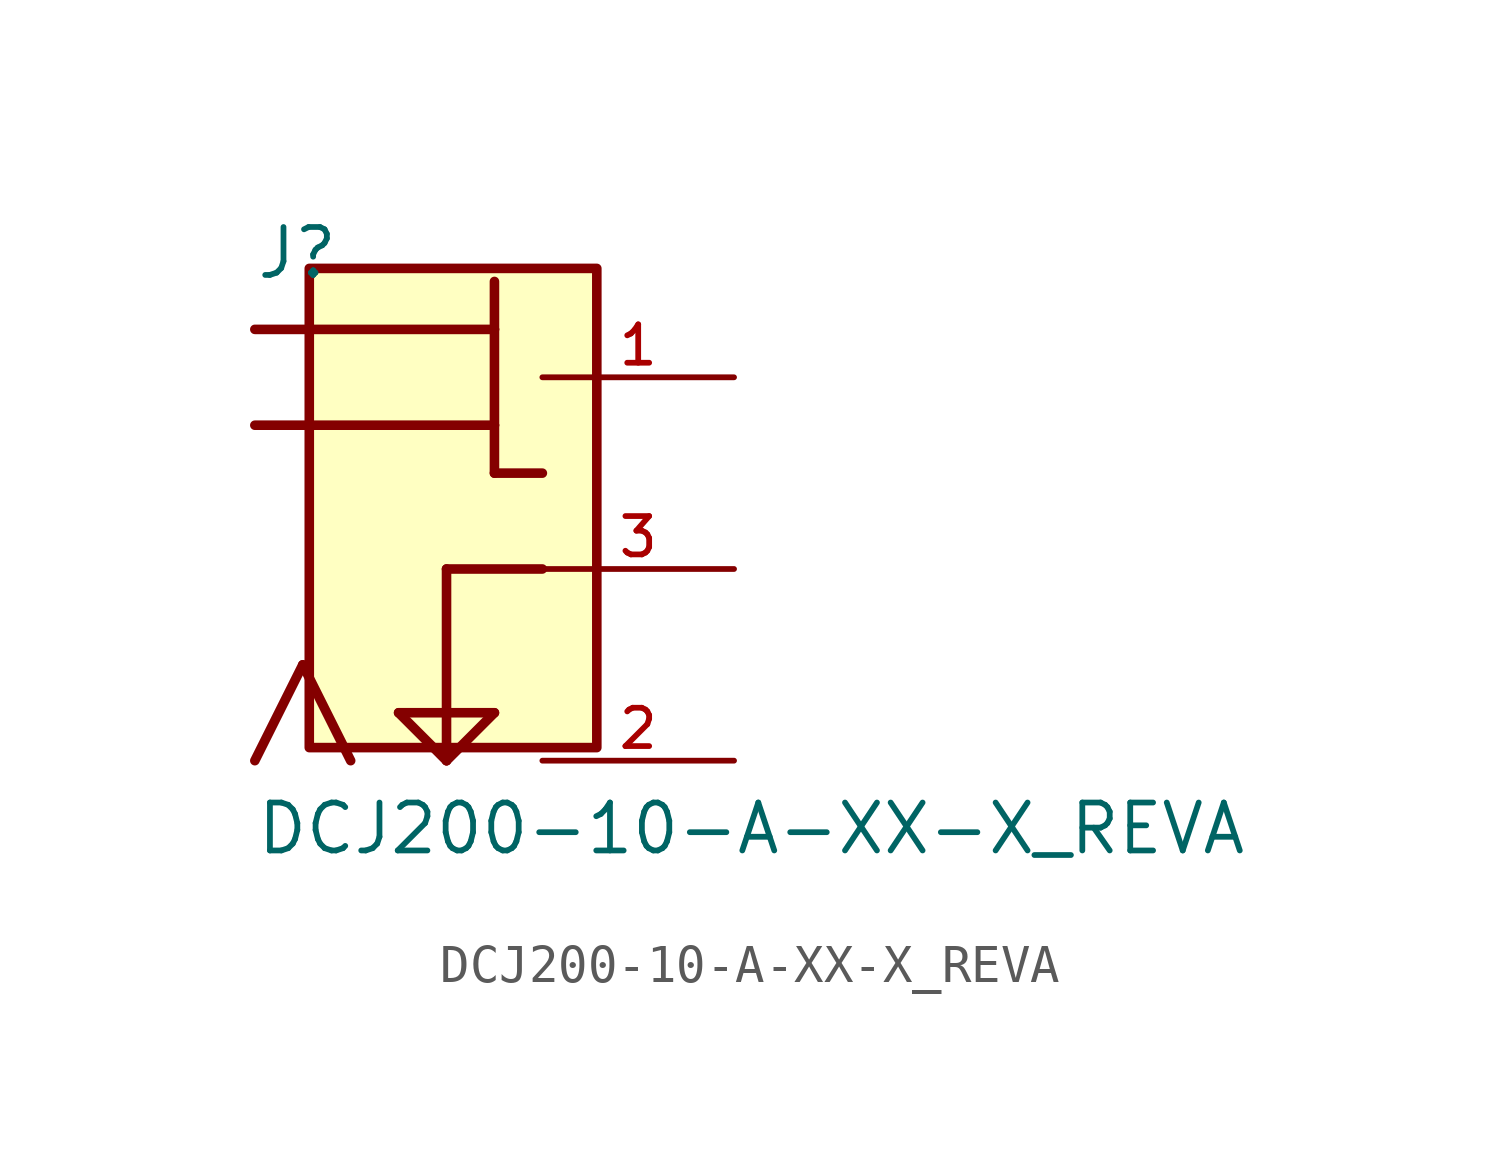
<source format=kicad_sym>
(kicad_symbol_lib
  (version 20211014)
  (generator kicad_symbol_editor)
  (symbol "DCJ200-10-A-XX-X_REVA"
    (pin_names
      (offset 1.016))
    (property "Reference" "J"
      (at -5.086 7.629 0)
      (effects (font (size 1.27 1.27)) (justify bottom left)))
    (property "Value" "DCJ200-10-A-XX-X_REVA"
      (at -5.082 -7.623 0)
      (effects (font (size 1.27 1.27)) (justify bottom left)))
    (symbol "DCJ200-10-A-XX-X_REVA_0_0"
      (polyline (pts (xy 1.27 7.62) (xy 1.27 6.35)) (stroke (width 0.254)))
      (polyline (pts (xy 1.27 6.35) (xy 1.27 3.81)) (stroke (width 0.254)))
      (polyline (pts (xy 1.27 3.81) (xy 1.27 2.54)) (stroke (width 0.254)))
      (polyline (pts (xy 1.27 2.54) (xy 2.54 2.54)) (stroke (width 0.254)))
      (polyline (pts (xy 1.27 6.35) (xy -5.08 6.35)) (stroke (width 0.254)))
      (polyline (pts (xy -5.08 3.81) (xy 1.27 3.81)) (stroke (width 0.254)))
      (polyline (pts (xy -2.54 -5.08) (xy -3.81 -2.54)) (stroke (width 0.254)))
      (polyline (pts (xy -3.81 -2.54) (xy -5.08 -5.08)) (stroke (width 0.254)))
      (polyline (pts (xy 2.54 0.0) (xy 0.0 0.0)) (stroke (width 0.254)))
      (polyline (pts (xy 0.0 0.0) (xy 0.0 -5.08)) (stroke (width 0.254)))
      (polyline (pts (xy 0.0 -5.08) (xy -1.27 -3.81)) (stroke (width 0.254)))
      (polyline (pts (xy -1.27 -3.81) (xy 1.27 -3.81)) (stroke (width 0.254)))
      (polyline (pts (xy 1.27 -3.81) (xy 0.0 -5.08)) (stroke (width 0.254)))
      (rectangle (start -3.637 -4.734) (end 3.983 7.966) (stroke (width 0.254)) (fill (type background)))
      (pin passive line (at 7.62 5.08 180.0) (length 5.08) (name "~" (effects (font (size 1.016 1.016)))) (number "1" (effects (font (size 1.016 1.016)))))
      (pin passive line (at 7.62 0.0 180.0) (length 5.08) (name "~" (effects (font (size 1.016 1.016)))) (number "3" (effects (font (size 1.016 1.016)))))
      (pin passive line (at 7.62 -5.08 180.0) (length 5.08) (name "~" (effects (font (size 1.016 1.016)))) (number "2" (effects (font (size 1.016 1.016))))))))
</source>
